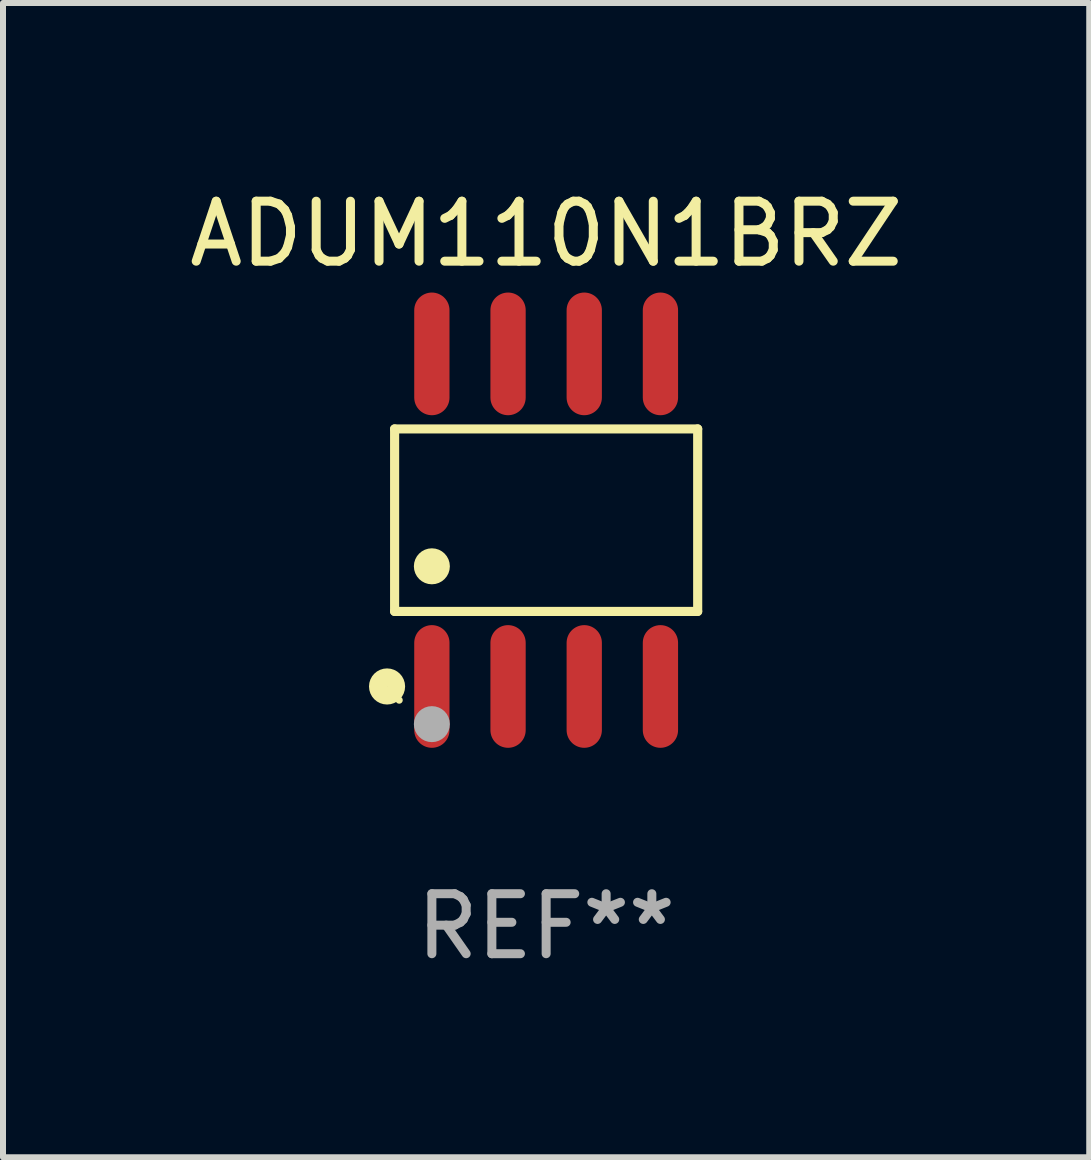
<source format=kicad_pcb>
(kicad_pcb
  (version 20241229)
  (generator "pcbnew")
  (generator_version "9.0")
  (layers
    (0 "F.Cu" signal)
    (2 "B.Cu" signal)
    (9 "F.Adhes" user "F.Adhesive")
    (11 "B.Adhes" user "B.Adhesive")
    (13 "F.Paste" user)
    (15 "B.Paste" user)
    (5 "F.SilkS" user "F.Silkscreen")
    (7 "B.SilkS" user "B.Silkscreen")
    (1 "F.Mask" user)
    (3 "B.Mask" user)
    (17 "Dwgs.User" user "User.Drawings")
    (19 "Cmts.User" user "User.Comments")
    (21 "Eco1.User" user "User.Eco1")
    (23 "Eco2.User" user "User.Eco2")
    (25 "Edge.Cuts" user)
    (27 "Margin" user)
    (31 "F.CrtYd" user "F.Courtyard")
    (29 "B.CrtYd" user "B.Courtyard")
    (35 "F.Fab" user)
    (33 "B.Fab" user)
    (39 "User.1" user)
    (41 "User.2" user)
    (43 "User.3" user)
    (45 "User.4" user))
  (footprint "ADUM110N1BRZ"
    (layer "F.Cu")
    (at 6.054 5.621)
    (property "Reference" "ADUM110N1BRZ" (at 0 -4.772 0) (layer "F.SilkS") (effects (font (size 1 1) (thickness 0.15))))
    (attr through_hole)
    (fp_line (start -2.526 -1.521) (end 2.526 -1.521) (stroke (width 0.152) (type solid)) (layer "F.SilkS"))
    (fp_line (start -2.526 1.521) (end -2.526 -1.521) (stroke (width 0.152) (type solid)) (layer "F.SilkS"))
    (fp_line (start 2.526 -1.521) (end 2.526 1.521) (stroke (width 0.152) (type solid)) (layer "F.SilkS"))
    (fp_line (start 2.526 1.521) (end -2.526 1.521) (stroke (width 0.152) (type solid)) (layer "F.SilkS"))
    (fp_circle (center -2.652 2.772) (end -2.501 2.772) (stroke (width 0.3) (type solid)) (fill no) (layer "F.SilkS"))
    (fp_circle (center -2.45 3) (end -2.42 3) (stroke (width 0.06) (type solid)) (fill no) (layer "F.SilkS"))
    (fp_circle (center -1.905 0.769) (end -1.755 0.769) (stroke (width 0.3) (type solid)) (fill no) (layer "F.SilkS"))
    (fp_circle (center -1.905 3.4) (end -1.755 3.4) (stroke (width 0.3) (type solid)) (fill no) (layer "F.Fab"))
    (fp_text user "REF**" (at 0 6.772 0) (layer "F.Fab") (effects (font (size 1 1) (thickness 0.15))))
    (pad "1" smd oval (at -1.905 2.772) (size 0.588 2.045) (layers "F.Cu" "F.Mask" "F.Paste"))
    (pad "2" smd oval (at -0.635 2.772) (size 0.588 2.045) (layers "F.Cu" "F.Mask" "F.Paste"))
    (pad "3" smd oval (at 0.635 2.772) (size 0.588 2.045) (layers "F.Cu" "F.Mask" "F.Paste"))
    (pad "4" smd oval (at 1.905 2.772) (size 0.588 2.045) (layers "F.Cu" "F.Mask" "F.Paste"))
    (pad "5" smd oval (at 1.905 -2.772) (size 0.588 2.045) (layers "F.Cu" "F.Mask" "F.Paste"))
    (pad "6" smd oval (at 0.635 -2.772) (size 0.588 2.045) (layers "F.Cu" "F.Mask" "F.Paste"))
    (pad "7" smd oval (at -0.635 -2.772) (size 0.588 2.045) (layers "F.Cu" "F.Mask" "F.Paste"))
    (pad "8" smd oval (at -1.905 -2.772) (size 0.588 2.045) (layers "F.Cu" "F.Mask" "F.Paste")))
  (gr_rect
    (start -3 -3)
    (end 15.107 16.241)
    (stroke (width 0.1) (type default))
    (fill no)
    (layer "Edge.Cuts")))
</source>
